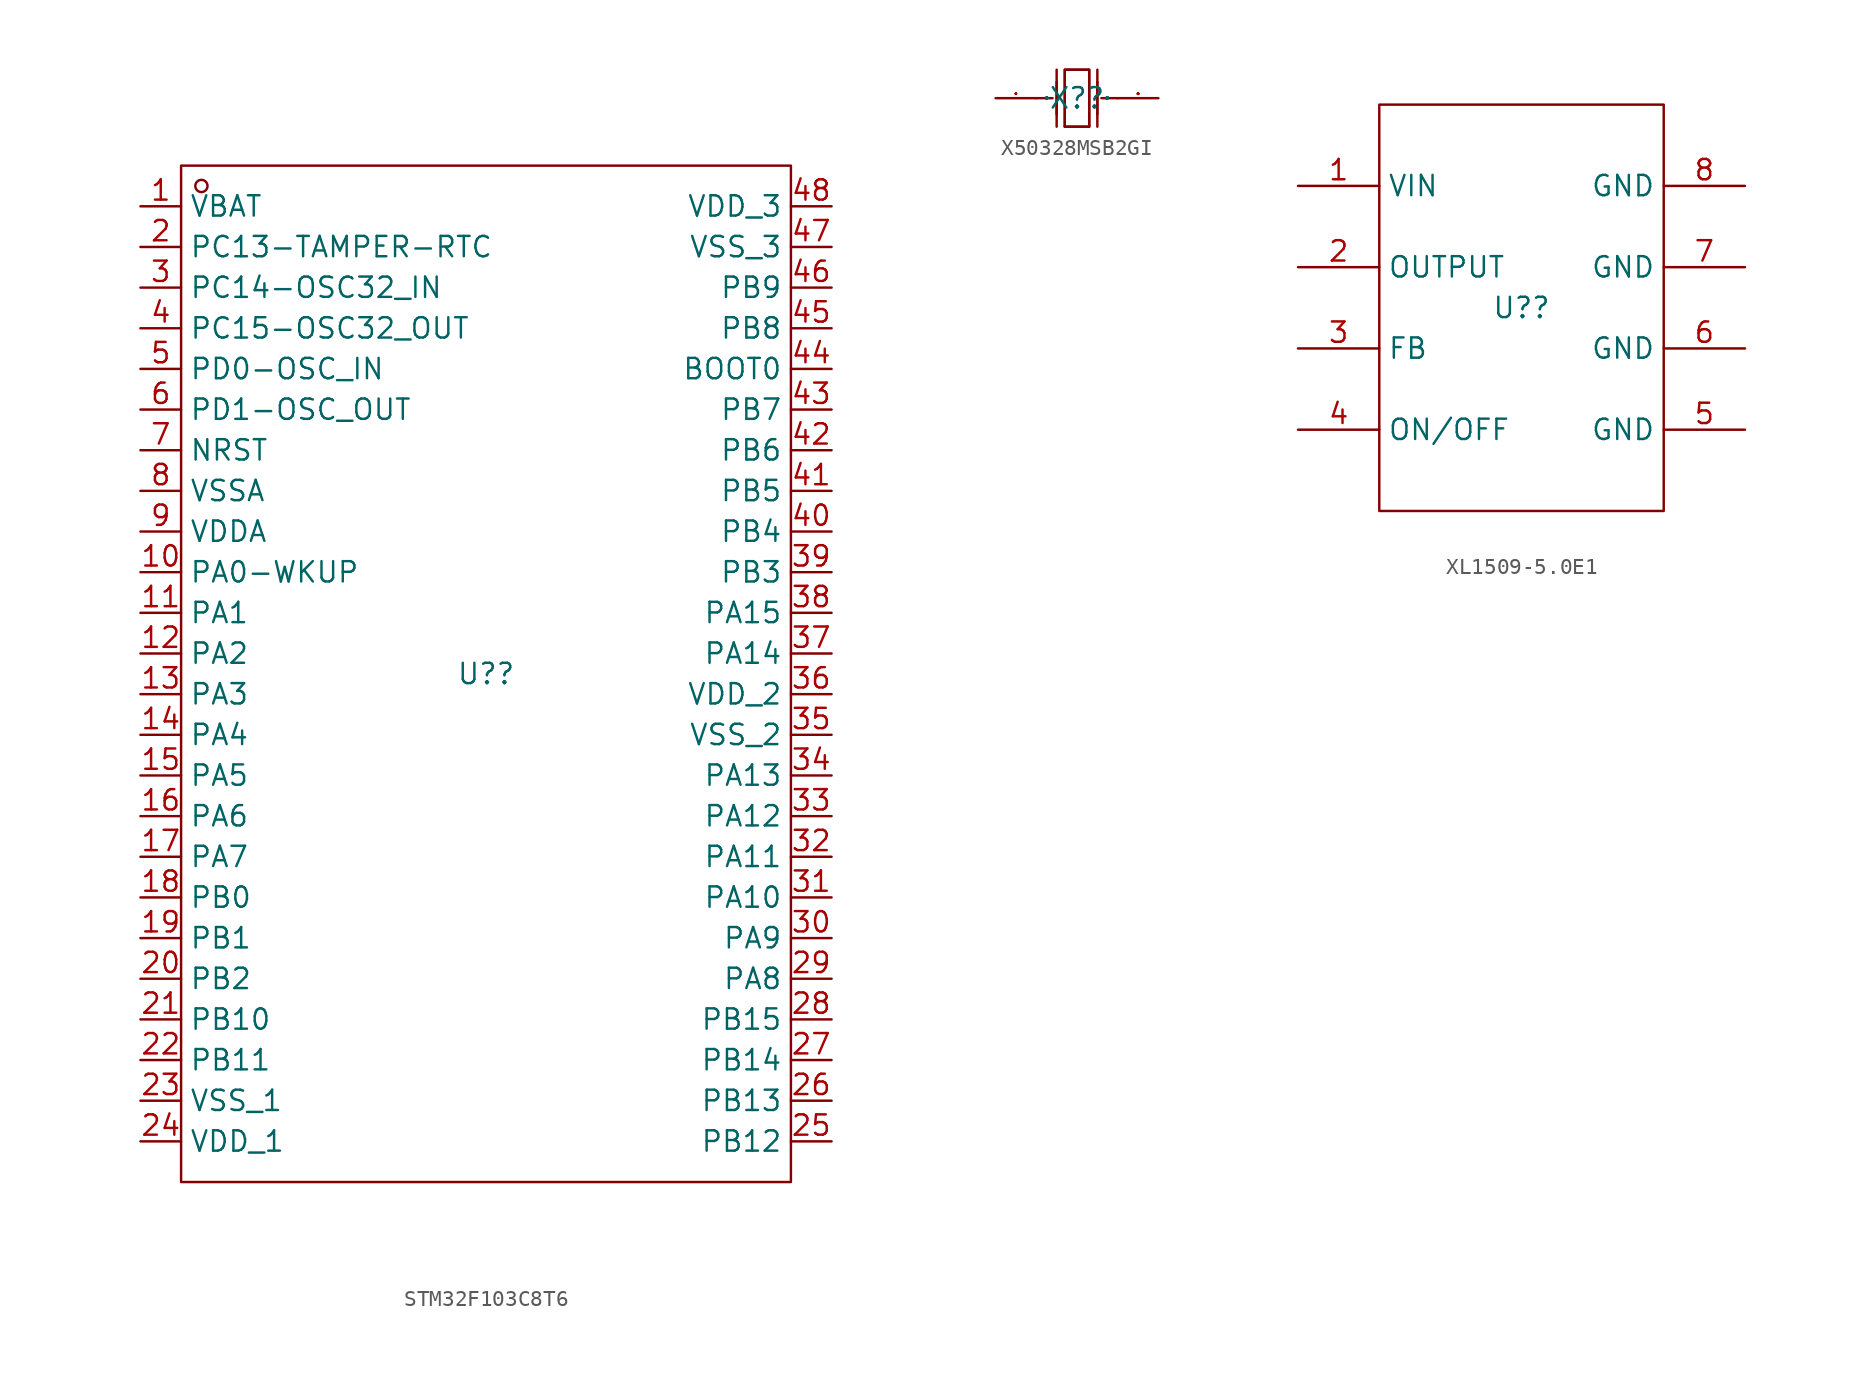
<source format=kicad_sym>
(kicad_symbol_lib
  (version 20231120)
  (generator "kicad_symbol_editor")
  (generator_version "8.0")
  (symbol "STM32F103C8T6"
    (property "Reference" "U?"
      (at 0 0 0)
      (effects (font (size 1.27 1.27))))
    (property "Value" ""
      (at 0 0 0)
      (effects (font (size 1.27 1.27))))
    (symbol "STM32F103C8T6_1_0"
      (rectangle (start -19.05 -31.75) (end 19.05 31.75) (stroke (width 0) (type default)) (fill (type none)))
      (circle (center -17.78 30.48) (radius 0.381) (stroke (width 0) (type default)) (fill (type none)))
      (pin power_in line (at -21.59 29.21 0) (length 2.54) (name "VBAT" (effects (font (size 1.27 1.27)))) (number "1" (effects (font (size 1.27 1.27)))))
      (pin free line (at -21.59 6.35 0) (length 2.54) (name "PA0-WKUP" (effects (font (size 1.27 1.27)))) (number "10" (effects (font (size 1.27 1.27)))))
      (pin free line (at -21.59 3.81 0) (length 2.54) (name "PA1" (effects (font (size 1.27 1.27)))) (number "11" (effects (font (size 1.27 1.27)))))
      (pin free line (at -21.59 1.27 0) (length 2.54) (name "PA2" (effects (font (size 1.27 1.27)))) (number "12" (effects (font (size 1.27 1.27)))))
      (pin free line (at -21.59 -1.27 0) (length 2.54) (name "PA3" (effects (font (size 1.27 1.27)))) (number "13" (effects (font (size 1.27 1.27)))))
      (pin free line (at -21.59 -3.81 0) (length 2.54) (name "PA4" (effects (font (size 1.27 1.27)))) (number "14" (effects (font (size 1.27 1.27)))))
      (pin free line (at -21.59 -6.35 0) (length 2.54) (name "PA5" (effects (font (size 1.27 1.27)))) (number "15" (effects (font (size 1.27 1.27)))))
      (pin free line (at -21.59 -8.89 0) (length 2.54) (name "PA6" (effects (font (size 1.27 1.27)))) (number "16" (effects (font (size 1.27 1.27)))))
      (pin free line (at -21.59 -11.43 0) (length 2.54) (name "PA7" (effects (font (size 1.27 1.27)))) (number "17" (effects (font (size 1.27 1.27)))))
      (pin free line (at -21.59 -13.97 0) (length 2.54) (name "PB0" (effects (font (size 1.27 1.27)))) (number "18" (effects (font (size 1.27 1.27)))))
      (pin free line (at -21.59 -16.51 0) (length 2.54) (name "PB1" (effects (font (size 1.27 1.27)))) (number "19" (effects (font (size 1.27 1.27)))))
      (pin free line (at -21.59 26.67 0) (length 2.54) (name "PC13-TAMPER-RTC" (effects (font (size 1.27 1.27)))) (number "2" (effects (font (size 1.27 1.27)))))
      (pin free line (at -21.59 -19.05 0) (length 2.54) (name "PB2" (effects (font (size 1.27 1.27)))) (number "20" (effects (font (size 1.27 1.27)))))
      (pin free line (at -21.59 -21.59 0) (length 2.54) (name "PB10" (effects (font (size 1.27 1.27)))) (number "21" (effects (font (size 1.27 1.27)))))
      (pin free line (at -21.59 -24.13 0) (length 2.54) (name "PB11" (effects (font (size 1.27 1.27)))) (number "22" (effects (font (size 1.27 1.27)))))
      (pin power_in line (at -21.59 -26.67 0) (length 2.54) (name "VSS_1" (effects (font (size 1.27 1.27)))) (number "23" (effects (font (size 1.27 1.27)))))
      (pin power_in line (at -21.59 -29.21 0) (length 2.54) (name "VDD_1" (effects (font (size 1.27 1.27)))) (number "24" (effects (font (size 1.27 1.27)))))
      (pin free line (at 21.59 -29.21 180) (length 2.54) (name "PB12" (effects (font (size 1.27 1.27)))) (number "25" (effects (font (size 1.27 1.27)))))
      (pin free line (at 21.59 -26.67 180) (length 2.54) (name "PB13" (effects (font (size 1.27 1.27)))) (number "26" (effects (font (size 1.27 1.27)))))
      (pin free line (at 21.59 -24.13 180) (length 2.54) (name "PB14" (effects (font (size 1.27 1.27)))) (number "27" (effects (font (size 1.27 1.27)))))
      (pin free line (at 21.59 -21.59 180) (length 2.54) (name "PB15" (effects (font (size 1.27 1.27)))) (number "28" (effects (font (size 1.27 1.27)))))
      (pin free line (at 21.59 -19.05 180) (length 2.54) (name "PA8" (effects (font (size 1.27 1.27)))) (number "29" (effects (font (size 1.27 1.27)))))
      (pin free line (at -21.59 24.13 0) (length 2.54) (name "PC14-OSC32_IN" (effects (font (size 1.27 1.27)))) (number "3" (effects (font (size 1.27 1.27)))))
      (pin free line (at 21.59 -16.51 180) (length 2.54) (name "PA9" (effects (font (size 1.27 1.27)))) (number "30" (effects (font (size 1.27 1.27)))))
      (pin free line (at 21.59 -13.97 180) (length 2.54) (name "PA10" (effects (font (size 1.27 1.27)))) (number "31" (effects (font (size 1.27 1.27)))))
      (pin free line (at 21.59 -11.43 180) (length 2.54) (name "PA11" (effects (font (size 1.27 1.27)))) (number "32" (effects (font (size 1.27 1.27)))))
      (pin free line (at 21.59 -8.89 180) (length 2.54) (name "PA12" (effects (font (size 1.27 1.27)))) (number "33" (effects (font (size 1.27 1.27)))))
      (pin free line (at 21.59 -6.35 180) (length 2.54) (name "PA13" (effects (font (size 1.27 1.27)))) (number "34" (effects (font (size 1.27 1.27)))))
      (pin power_in line (at 21.59 -3.81 180) (length 2.54) (name "VSS_2" (effects (font (size 1.27 1.27)))) (number "35" (effects (font (size 1.27 1.27)))))
      (pin power_in line (at 21.59 -1.27 180) (length 2.54) (name "VDD_2" (effects (font (size 1.27 1.27)))) (number "36" (effects (font (size 1.27 1.27)))))
      (pin free line (at 21.59 1.27 180) (length 2.54) (name "PA14" (effects (font (size 1.27 1.27)))) (number "37" (effects (font (size 1.27 1.27)))))
      (pin free line (at 21.59 3.81 180) (length 2.54) (name "PA15" (effects (font (size 1.27 1.27)))) (number "38" (effects (font (size 1.27 1.27)))))
      (pin free line (at 21.59 6.35 180) (length 2.54) (name "PB3" (effects (font (size 1.27 1.27)))) (number "39" (effects (font (size 1.27 1.27)))))
      (pin free line (at -21.59 21.59 0) (length 2.54) (name "PC15-OSC32_OUT" (effects (font (size 1.27 1.27)))) (number "4" (effects (font (size 1.27 1.27)))))
      (pin free line (at 21.59 8.89 180) (length 2.54) (name "PB4" (effects (font (size 1.27 1.27)))) (number "40" (effects (font (size 1.27 1.27)))))
      (pin free line (at 21.59 11.43 180) (length 2.54) (name "PB5" (effects (font (size 1.27 1.27)))) (number "41" (effects (font (size 1.27 1.27)))))
      (pin free line (at 21.59 13.97 180) (length 2.54) (name "PB6" (effects (font (size 1.27 1.27)))) (number "42" (effects (font (size 1.27 1.27)))))
      (pin free line (at 21.59 16.51 180) (length 2.54) (name "PB7" (effects (font (size 1.27 1.27)))) (number "43" (effects (font (size 1.27 1.27)))))
      (pin free line (at 21.59 19.05 180) (length 2.54) (name "BOOT0" (effects (font (size 1.27 1.27)))) (number "44" (effects (font (size 1.27 1.27)))))
      (pin free line (at 21.59 21.59 180) (length 2.54) (name "PB8" (effects (font (size 1.27 1.27)))) (number "45" (effects (font (size 1.27 1.27)))))
      (pin free line (at 21.59 24.13 180) (length 2.54) (name "PB9" (effects (font (size 1.27 1.27)))) (number "46" (effects (font (size 1.27 1.27)))))
      (pin power_in line (at 21.59 26.67 180) (length 2.54) (name "VSS_3" (effects (font (size 1.27 1.27)))) (number "47" (effects (font (size 1.27 1.27)))))
      (pin power_in line (at 21.59 29.21 180) (length 2.54) (name "VDD_3" (effects (font (size 1.27 1.27)))) (number "48" (effects (font (size 1.27 1.27)))))
      (pin output line (at -21.59 19.05 0) (length 2.54) (name "PD0-OSC_IN" (effects (font (size 1.27 1.27)))) (number "5" (effects (font (size 1.27 1.27)))))
      (pin output line (at -21.59 16.51 0) (length 2.54) (name "PD1-OSC_OUT" (effects (font (size 1.27 1.27)))) (number "6" (effects (font (size 1.27 1.27)))))
      (pin input line (at -21.59 13.97 0) (length 2.54) (name "NRST" (effects (font (size 1.27 1.27)))) (number "7" (effects (font (size 1.27 1.27)))))
      (pin power_in line (at -21.59 11.43 0) (length 2.54) (name "VSSA" (effects (font (size 1.27 1.27)))) (number "8" (effects (font (size 1.27 1.27)))))
      (pin power_in line (at -21.59 8.89 0) (length 2.54) (name "VDDA" (effects (font (size 1.27 1.27)))) (number "9" (effects (font (size 1.27 1.27)))))))
  (symbol "X50328MSB2GI"
    (property "Reference" "X?"
      (at 0 0 0)
      (effects (font (size 1.27 1.27))))
    (property "Value" ""
      (at 0 0 0)
      (effects (font (size 1.27 1.27))))
    (symbol "X50328MSB2GI_1_0"
      (polyline (pts (xy -2.54 0) (xy -1.524 0)) (stroke (width 0) (type default)) (fill (type none)))
      (polyline (pts (xy -1.27 -1.778) (xy -1.27 1.778)) (stroke (width 0) (type default)) (fill (type none)))
      (polyline (pts (xy -1.27 -1.016) (xy -1.27 1.016)) (stroke (width 0) (type default)) (fill (type none)))
      (polyline (pts (xy 0.762 -1.778) (xy -0.762 -1.778)) (stroke (width 0) (type default)) (fill (type none)))
      (polyline (pts (xy 1.27 -1.778) (xy 1.27 1.778)) (stroke (width 0) (type default)) (fill (type none)))
      (polyline (pts (xy 1.27 -1.016) (xy 1.27 1.016)) (stroke (width 0) (type default)) (fill (type none)))
      (polyline (pts (xy 2.54 0) (xy 1.524 0)) (stroke (width 0) (type default)) (fill (type none)))
      (polyline (pts (xy -0.762 -1.778) (xy -0.762 1.778) (xy -0.762 1.778) (xy 0.762 1.778) (xy 0.762 1.778) (xy 0.762 -1.778)) (stroke (width 0) (type default)) (fill (type none)))
      (polyline (pts (xy 0.762 1.778) (xy 0.762 -1.778) (xy 0.762 -1.778) (xy -0.762 -1.778) (xy -0.762 -1.778) (xy -0.762 1.778) (xy -0.762 1.778) (xy 0.762 1.778)) (stroke (width 0) (type default)) (fill (type none)))
      (pin passive line (at -5.08 0 0) (length 2.54) (name "OSC1" (effects (font (size 0.025 0.025)))) (number "1" (effects (font (size 0.025 0.025)))))
      (pin passive line (at 5.08 0 180) (length 2.54) (name "OSC2" (effects (font (size 0.025 0.025)))) (number "2" (effects (font (size 0.025 0.025)))))))
  (symbol "XL1509-5.0E1"
    (property "Reference" "U?"
      (at 0 0 0)
      (effects (font (size 1.27 1.27))))
    (property "Value" ""
      (at 0 0 0)
      (effects (font (size 1.27 1.27))))
    (symbol "XL1509-5.0E1_1_0"
      (rectangle (start -8.89 12.7) (end 8.89 -12.7) (stroke (width 0) (type default)) (fill (type none)))
      (pin power_in line (at -13.97 7.62 0) (length 5.08) (name "VIN" (effects (font (size 1.27 1.27)))) (number "1" (effects (font (size 1.27 1.27)))))
      (pin power_out line (at -13.97 2.54 0) (length 5.08) (name "OUTPUT" (effects (font (size 1.27 1.27)))) (number "2" (effects (font (size 1.27 1.27)))))
      (pin input line (at -13.97 -2.54 0) (length 5.08) (name "FB" (effects (font (size 1.27 1.27)))) (number "3" (effects (font (size 1.27 1.27)))))
      (pin input line (at -13.97 -7.62 0) (length 5.08) (name "ON/OFF" (effects (font (size 1.27 1.27)))) (number "4" (effects (font (size 1.27 1.27)))))
      (pin power_in line (at 13.97 -7.62 180) (length 5.08) (name "GND" (effects (font (size 1.27 1.27)))) (number "5" (effects (font (size 1.27 1.27)))))
      (pin power_in line (at 13.97 -2.54 180) (length 5.08) (name "GND" (effects (font (size 1.27 1.27)))) (number "6" (effects (font (size 1.27 1.27)))))
      (pin power_in line (at 13.97 2.54 180) (length 5.08) (name "GND" (effects (font (size 1.27 1.27)))) (number "7" (effects (font (size 1.27 1.27)))))
      (pin power_in line (at 13.97 7.62 180) (length 5.08) (name "GND" (effects (font (size 1.27 1.27)))) (number "8" (effects (font (size 1.27 1.27))))))))
</source>
